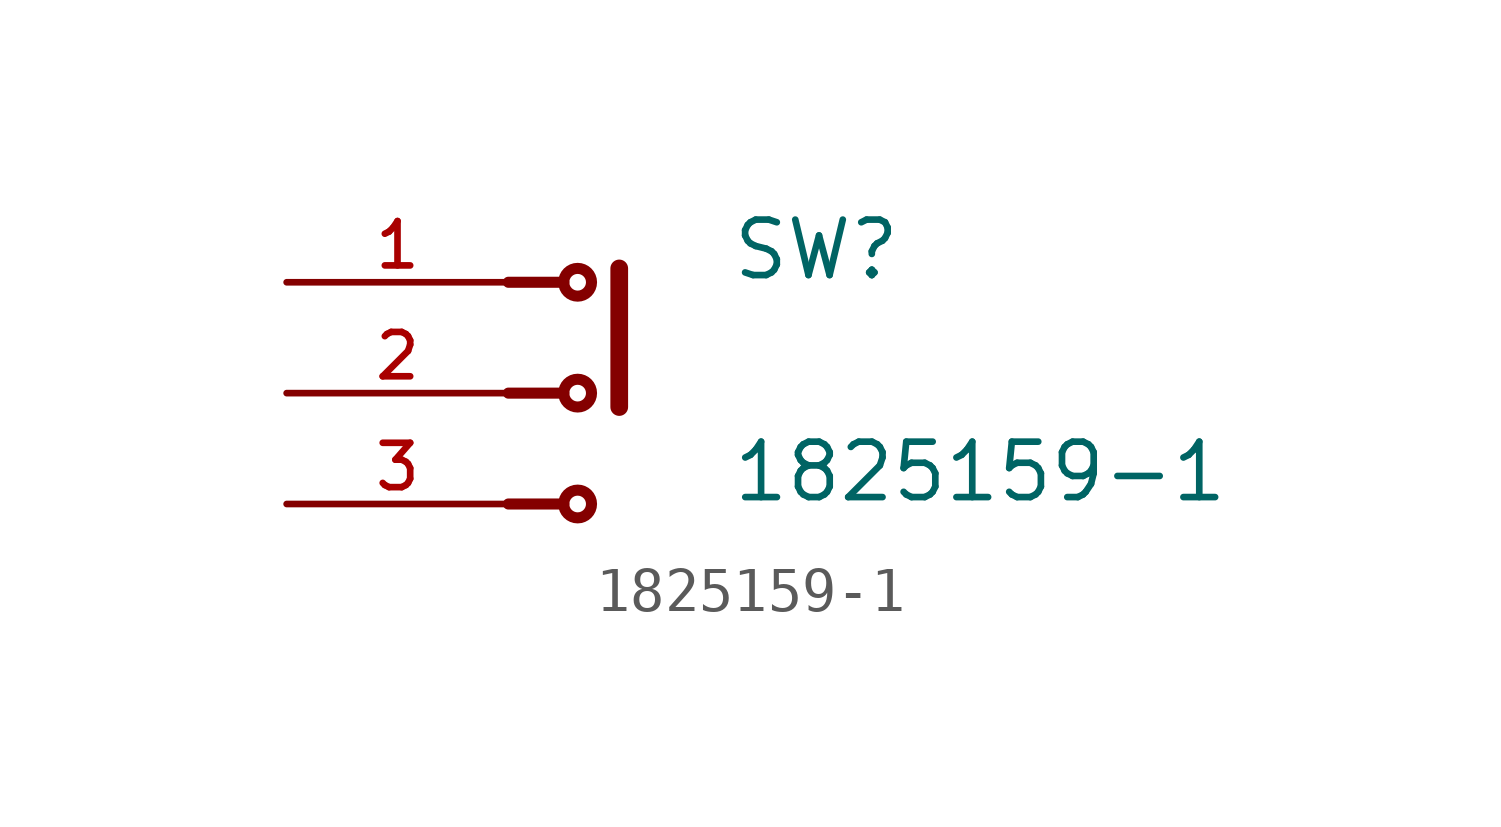
<source format=kicad_sym>
(kicad_symbol_lib
  (version 20211014)
  (generator kicad_symbol_editor)
  (symbol "1825159-1"
    (pin_names
      (offset 1.016))
    (property "Reference" "SW"
      (at 2.542 2.542 0)
      (effects (font (size 1.27 1.27)) (justify bottom left)))
    (property "Value" "1825159-1"
      (at 2.545 -2.545 0)
      (effects (font (size 1.27 1.27)) (justify bottom left)))
    (symbol "1825159-1_0_0"
      (polyline (pts (xy -2.54 2.54) (xy -1.27 2.54)) (stroke (width 0.254)))
      (polyline (pts (xy -2.54 0.0) (xy -1.27 0.0)) (stroke (width 0.254)))
      (polyline (pts (xy -2.54 -2.54) (xy -1.27 -2.54)) (stroke (width 0.254)))
      (circle (center -0.953 2.54) (radius 0.318) (stroke (width 0.254)) (fill (type none)))
      (circle (center -0.953 0.0) (radius 0.318) (stroke (width 0.254)) (fill (type none)))
      (circle (center -0.953 -2.54) (radius 0.318) (stroke (width 0.254)) (fill (type none)))
      (polyline (pts (xy 0.0 2.857) (xy 0.0 -0.318)) (stroke (width 0.406)))
      (pin passive line (at -7.62 2.54 0) (length 5.08) (name "~" (effects (font (size 1.016 1.016)))) (number "1" (effects (font (size 1.016 1.016)))))
      (pin passive line (at -7.62 0.0 0) (length 5.08) (name "~" (effects (font (size 1.016 1.016)))) (number "2" (effects (font (size 1.016 1.016)))))
      (pin passive line (at -7.62 -2.54 0) (length 5.08) (name "~" (effects (font (size 1.016 1.016)))) (number "3" (effects (font (size 1.016 1.016))))))))
</source>
